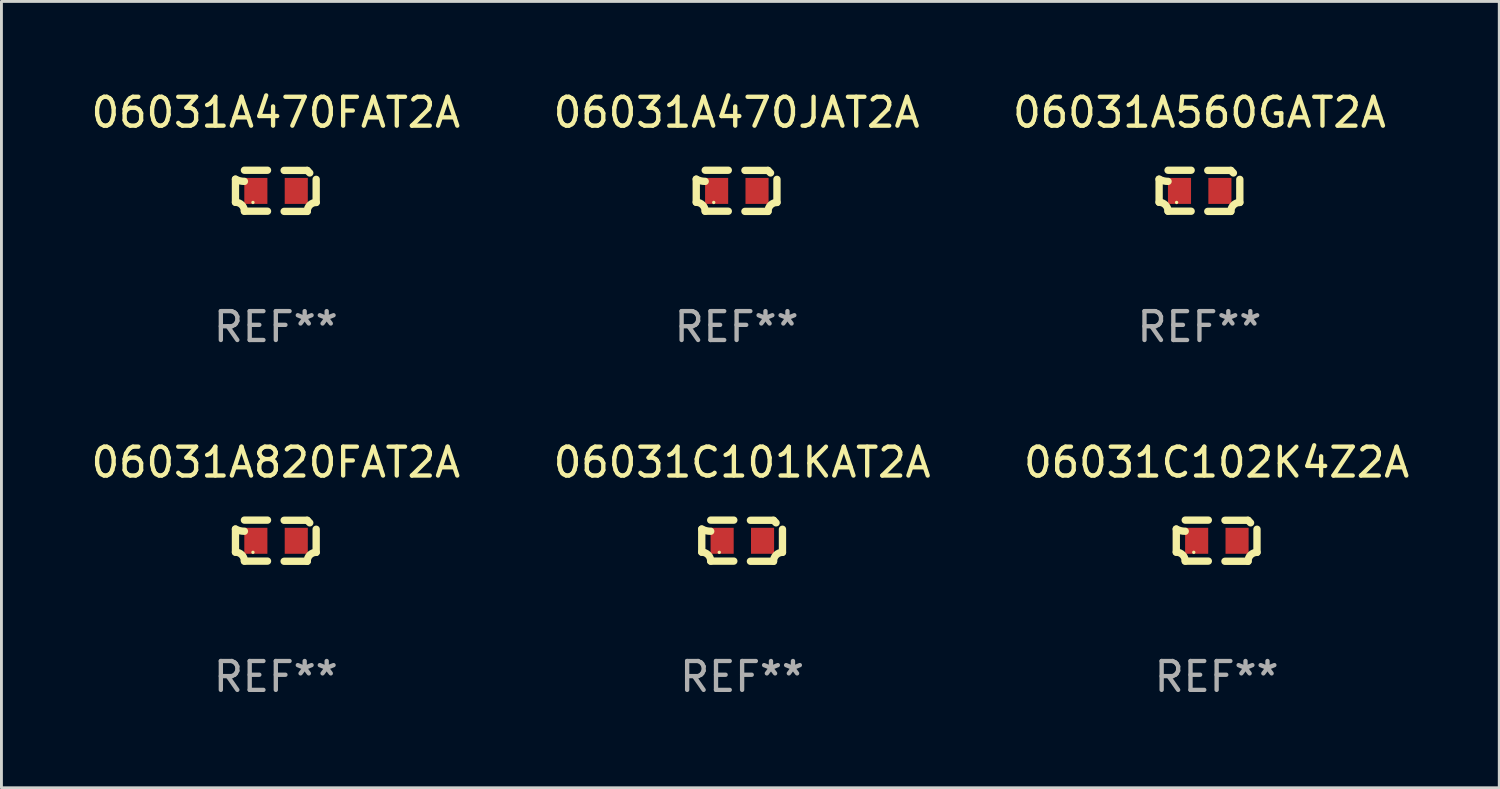
<source format=kicad_pcb>
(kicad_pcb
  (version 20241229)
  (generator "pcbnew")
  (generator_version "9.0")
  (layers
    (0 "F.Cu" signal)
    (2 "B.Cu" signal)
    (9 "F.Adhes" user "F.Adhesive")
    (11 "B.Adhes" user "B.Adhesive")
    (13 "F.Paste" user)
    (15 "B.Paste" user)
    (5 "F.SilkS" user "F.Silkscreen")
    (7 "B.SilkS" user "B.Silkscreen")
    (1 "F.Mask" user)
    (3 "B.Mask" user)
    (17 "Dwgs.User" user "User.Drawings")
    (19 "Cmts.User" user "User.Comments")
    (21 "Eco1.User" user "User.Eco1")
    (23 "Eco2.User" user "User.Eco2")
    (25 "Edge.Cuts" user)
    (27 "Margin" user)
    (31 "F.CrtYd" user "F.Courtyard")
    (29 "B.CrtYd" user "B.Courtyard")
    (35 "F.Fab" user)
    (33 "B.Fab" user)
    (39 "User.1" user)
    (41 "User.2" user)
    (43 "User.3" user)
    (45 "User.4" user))
  (footprint "06031A470FAT2A"
    (layer "F.Cu")
    (at 6.506 3.561)
    (property "Reference" "06031A470FAT2A" (at 0 -2.713 0) (layer "F.SilkS") (effects (font (size 1 1) (thickness 0.15))))
    (attr through_hole)
    (fp_line (start -1.398 -0.403) (end -1.398 0.397) (stroke (width 0.254) (type solid)) (layer "F.SilkS"))
    (fp_line (start -0.288 -0.713) (end -1.088 -0.713) (stroke (width 0.254) (type solid)) (layer "F.SilkS"))
    (fp_line (start -0.288 0.707) (end -1.088 0.707) (stroke (width 0.254) (type solid)) (layer "F.SilkS"))
    (fp_line (start 0.288 -0.707) (end 1.088 -0.707) (stroke (width 0.254) (type solid)) (layer "F.SilkS"))
    (fp_line (start 0.288 0.713) (end 1.088 0.713) (stroke (width 0.254) (type solid)) (layer "F.SilkS"))
    (fp_line (start 1.398 -0.397) (end 1.398 0.403) (stroke (width 0.254) (type solid)) (layer "F.SilkS"))
    (fp_arc (start -1.397789 0.397066) (mid -1.178701 0.487826) (end -1.08796 0.706922) (stroke (width 0.254001) (type solid)) (layer "F.SilkS"))
    (fp_arc (start -1.08796 -0.327176) (mid -1.247436 -0.346384) (end -1.39779 -0.402908) (stroke (width 0.254001) (type solid)) (layer "F.SilkS"))
    (fp_arc (start 1.087909 0.712738) (mid 1.178656 0.493655) (end 1.397739 0.402908) (stroke (width 0.254001) (type solid)) (layer "F.SilkS"))
    (fp_arc (start 1.175925 -0.618926) (mid 1.131917 -0.662923) (end 1.08791 -0.706922) (stroke (width 0.254001) (type solid)) (layer "F.SilkS"))
    (fp_circle (center -0.792 0.403) (end -0.762 0.403) (stroke (width 0.06) (type solid)) (fill no) (layer "F.SilkS"))
    (fp_text user "REF**" (at 0 4.713 0) (layer "F.Fab") (effects (font (size 1 1) (thickness 0.15))))
    (pad "1" smd rect (at -0.692 0.003) (size 0.8 0.9) (layers "F.Cu" "F.Mask" "F.Paste"))
    (pad "2" smd rect (at 0.708 0.003) (size 0.8 0.9) (layers "F.Cu" "F.Mask" "F.Paste")))
  (footprint "06031A470JAT2A"
    (layer "F.Cu")
    (at 22.47 3.561)
    (property "Reference" "06031A470JAT2A" (at 0 -2.713 0) (layer "F.SilkS") (effects (font (size 1 1) (thickness 0.15))))
    (attr through_hole)
    (fp_line (start -1.398 -0.403) (end -1.398 0.397) (stroke (width 0.254) (type solid)) (layer "F.SilkS"))
    (fp_line (start -0.288 -0.713) (end -1.088 -0.713) (stroke (width 0.254) (type solid)) (layer "F.SilkS"))
    (fp_line (start -0.288 0.707) (end -1.088 0.707) (stroke (width 0.254) (type solid)) (layer "F.SilkS"))
    (fp_line (start 0.288 -0.707) (end 1.088 -0.707) (stroke (width 0.254) (type solid)) (layer "F.SilkS"))
    (fp_line (start 0.288 0.713) (end 1.088 0.713) (stroke (width 0.254) (type solid)) (layer "F.SilkS"))
    (fp_line (start 1.398 -0.397) (end 1.398 0.403) (stroke (width 0.254) (type solid)) (layer "F.SilkS"))
    (fp_arc (start -1.397789 0.397066) (mid -1.178701 0.487826) (end -1.08796 0.706922) (stroke (width 0.254001) (type solid)) (layer "F.SilkS"))
    (fp_arc (start -1.08796 -0.327176) (mid -1.247436 -0.346384) (end -1.39779 -0.402908) (stroke (width 0.254001) (type solid)) (layer "F.SilkS"))
    (fp_arc (start 1.087909 0.712738) (mid 1.178656 0.493655) (end 1.397739 0.402908) (stroke (width 0.254001) (type solid)) (layer "F.SilkS"))
    (fp_arc (start 1.175925 -0.618926) (mid 1.131917 -0.662923) (end 1.08791 -0.706922) (stroke (width 0.254001) (type solid)) (layer "F.SilkS"))
    (fp_circle (center -0.792 0.403) (end -0.762 0.403) (stroke (width 0.06) (type solid)) (fill no) (layer "F.SilkS"))
    (fp_text user "REF**" (at 0 4.713 0) (layer "F.Fab") (effects (font (size 1 1) (thickness 0.15))))
    (pad "1" smd rect (at -0.692 0.003) (size 0.8 0.9) (layers "F.Cu" "F.Mask" "F.Paste"))
    (pad "2" smd rect (at 0.708 0.003) (size 0.8 0.9) (layers "F.Cu" "F.Mask" "F.Paste")))
  (footprint "06031A560GAT2A"
    (layer "F.Cu")
    (at 38.506 3.561)
    (property "Reference" "06031A560GAT2A" (at 0 -2.713 0) (layer "F.SilkS") (effects (font (size 1 1) (thickness 0.15))))
    (attr through_hole)
    (fp_line (start -1.398 -0.403) (end -1.398 0.397) (stroke (width 0.254) (type solid)) (layer "F.SilkS"))
    (fp_line (start -0.288 -0.713) (end -1.088 -0.713) (stroke (width 0.254) (type solid)) (layer "F.SilkS"))
    (fp_line (start -0.288 0.707) (end -1.088 0.707) (stroke (width 0.254) (type solid)) (layer "F.SilkS"))
    (fp_line (start 0.288 -0.707) (end 1.088 -0.707) (stroke (width 0.254) (type solid)) (layer "F.SilkS"))
    (fp_line (start 0.288 0.713) (end 1.088 0.713) (stroke (width 0.254) (type solid)) (layer "F.SilkS"))
    (fp_line (start 1.398 -0.397) (end 1.398 0.403) (stroke (width 0.254) (type solid)) (layer "F.SilkS"))
    (fp_arc (start -1.397789 0.397066) (mid -1.178701 0.487826) (end -1.08796 0.706922) (stroke (width 0.254001) (type solid)) (layer "F.SilkS"))
    (fp_arc (start -1.08796 -0.327176) (mid -1.247436 -0.346384) (end -1.39779 -0.402908) (stroke (width 0.254001) (type solid)) (layer "F.SilkS"))
    (fp_arc (start 1.087909 0.712738) (mid 1.178656 0.493655) (end 1.397739 0.402908) (stroke (width 0.254001) (type solid)) (layer "F.SilkS"))
    (fp_arc (start 1.175925 -0.618926) (mid 1.131917 -0.662923) (end 1.08791 -0.706922) (stroke (width 0.254001) (type solid)) (layer "F.SilkS"))
    (fp_circle (center -0.792 0.403) (end -0.762 0.403) (stroke (width 0.06) (type solid)) (fill no) (layer "F.SilkS"))
    (fp_text user "REF**" (at 0 4.713 0) (layer "F.Fab") (effects (font (size 1 1) (thickness 0.15))))
    (pad "1" smd rect (at -0.692 0.003) (size 0.8 0.9) (layers "F.Cu" "F.Mask" "F.Paste"))
    (pad "2" smd rect (at 0.708 0.003) (size 0.8 0.9) (layers "F.Cu" "F.Mask" "F.Paste")))
  (footprint "06031C101KAT2A"
    (layer "F.Cu")
    (at 22.661 15.683)
    (property "Reference" "06031C101KAT2A" (at 0 -2.713 0) (layer "F.SilkS") (effects (font (size 1 1) (thickness 0.15))))
    (attr through_hole)
    (fp_line (start -1.398 -0.403) (end -1.398 0.397) (stroke (width 0.254) (type solid)) (layer "F.SilkS"))
    (fp_line (start -0.288 -0.713) (end -1.088 -0.713) (stroke (width 0.254) (type solid)) (layer "F.SilkS"))
    (fp_line (start -0.288 0.707) (end -1.088 0.707) (stroke (width 0.254) (type solid)) (layer "F.SilkS"))
    (fp_line (start 0.288 -0.707) (end 1.088 -0.707) (stroke (width 0.254) (type solid)) (layer "F.SilkS"))
    (fp_line (start 0.288 0.713) (end 1.088 0.713) (stroke (width 0.254) (type solid)) (layer "F.SilkS"))
    (fp_line (start 1.398 -0.397) (end 1.398 0.403) (stroke (width 0.254) (type solid)) (layer "F.SilkS"))
    (fp_arc (start -1.397789 0.397066) (mid -1.178701 0.487826) (end -1.08796 0.706922) (stroke (width 0.254001) (type solid)) (layer "F.SilkS"))
    (fp_arc (start -1.08796 -0.327176) (mid -1.247436 -0.346384) (end -1.39779 -0.402908) (stroke (width 0.254001) (type solid)) (layer "F.SilkS"))
    (fp_arc (start 1.087909 0.712738) (mid 1.178656 0.493655) (end 1.397739 0.402908) (stroke (width 0.254001) (type solid)) (layer "F.SilkS"))
    (fp_arc (start 1.175925 -0.618926) (mid 1.131917 -0.662923) (end 1.08791 -0.706922) (stroke (width 0.254001) (type solid)) (layer "F.SilkS"))
    (fp_circle (center -0.792 0.403) (end -0.762 0.403) (stroke (width 0.06) (type solid)) (fill no) (layer "F.SilkS"))
    (fp_text user "REF**" (at 0 4.713 0) (layer "F.Fab") (effects (font (size 1 1) (thickness 0.15))))
    (pad "1" smd rect (at -0.692 0.003) (size 0.8 0.9) (layers "F.Cu" "F.Mask" "F.Paste"))
    (pad "2" smd rect (at 0.708 0.003) (size 0.8 0.9) (layers "F.Cu" "F.Mask" "F.Paste")))
  (footprint "06031C102K4Z2A"
    (layer "F.Cu")
    (at 39.101 15.683)
    (property "Reference" "06031C102K4Z2A" (at 0 -2.713 0) (layer "F.SilkS") (effects (font (size 1 1) (thickness 0.15))))
    (attr through_hole)
    (fp_line (start -1.398 -0.403) (end -1.398 0.397) (stroke (width 0.254) (type solid)) (layer "F.SilkS"))
    (fp_line (start -0.288 -0.713) (end -1.088 -0.713) (stroke (width 0.254) (type solid)) (layer "F.SilkS"))
    (fp_line (start -0.288 0.707) (end -1.088 0.707) (stroke (width 0.254) (type solid)) (layer "F.SilkS"))
    (fp_line (start 0.288 -0.707) (end 1.088 -0.707) (stroke (width 0.254) (type solid)) (layer "F.SilkS"))
    (fp_line (start 0.288 0.713) (end 1.088 0.713) (stroke (width 0.254) (type solid)) (layer "F.SilkS"))
    (fp_line (start 1.398 -0.397) (end 1.398 0.403) (stroke (width 0.254) (type solid)) (layer "F.SilkS"))
    (fp_arc (start -1.397789 0.397066) (mid -1.178701 0.487826) (end -1.08796 0.706922) (stroke (width 0.254001) (type solid)) (layer "F.SilkS"))
    (fp_arc (start -1.08796 -0.327176) (mid -1.247436 -0.346384) (end -1.39779 -0.402908) (stroke (width 0.254001) (type solid)) (layer "F.SilkS"))
    (fp_arc (start 1.087909 0.712738) (mid 1.178656 0.493655) (end 1.397739 0.402908) (stroke (width 0.254001) (type solid)) (layer "F.SilkS"))
    (fp_arc (start 1.175925 -0.618926) (mid 1.131917 -0.662923) (end 1.08791 -0.706922) (stroke (width 0.254001) (type solid)) (layer "F.SilkS"))
    (fp_circle (center -0.792 0.403) (end -0.762 0.403) (stroke (width 0.06) (type solid)) (fill no) (layer "F.SilkS"))
    (fp_text user "REF**" (at 0 4.713 0) (layer "F.Fab") (effects (font (size 1 1) (thickness 0.15))))
    (pad "1" smd rect (at -0.692 0.003) (size 0.8 0.9) (layers "F.Cu" "F.Mask" "F.Paste"))
    (pad "2" smd rect (at 0.708 0.003) (size 0.8 0.9) (layers "F.Cu" "F.Mask" "F.Paste")))
  (footprint "06031A820FAT2A"
    (layer "F.Cu")
    (at 6.506 15.683)
    (property "Reference" "06031A820FAT2A" (at 0 -2.713 0) (layer "F.SilkS") (effects (font (size 1 1) (thickness 0.15))))
    (attr through_hole)
    (fp_line (start -1.398 -0.403) (end -1.398 0.397) (stroke (width 0.254) (type solid)) (layer "F.SilkS"))
    (fp_line (start -0.288 -0.713) (end -1.088 -0.713) (stroke (width 0.254) (type solid)) (layer "F.SilkS"))
    (fp_line (start -0.288 0.707) (end -1.088 0.707) (stroke (width 0.254) (type solid)) (layer "F.SilkS"))
    (fp_line (start 0.288 -0.707) (end 1.088 -0.707) (stroke (width 0.254) (type solid)) (layer "F.SilkS"))
    (fp_line (start 0.288 0.713) (end 1.088 0.713) (stroke (width 0.254) (type solid)) (layer "F.SilkS"))
    (fp_line (start 1.398 -0.397) (end 1.398 0.403) (stroke (width 0.254) (type solid)) (layer "F.SilkS"))
    (fp_arc (start -1.397789 0.397066) (mid -1.178701 0.487826) (end -1.08796 0.706922) (stroke (width 0.254001) (type solid)) (layer "F.SilkS"))
    (fp_arc (start -1.08796 -0.327176) (mid -1.247436 -0.346384) (end -1.39779 -0.402908) (stroke (width 0.254001) (type solid)) (layer "F.SilkS"))
    (fp_arc (start 1.087909 0.712738) (mid 1.178656 0.493655) (end 1.397739 0.402908) (stroke (width 0.254001) (type solid)) (layer "F.SilkS"))
    (fp_arc (start 1.175925 -0.618926) (mid 1.131917 -0.662923) (end 1.08791 -0.706922) (stroke (width 0.254001) (type solid)) (layer "F.SilkS"))
    (fp_circle (center -0.792 0.403) (end -0.762 0.403) (stroke (width 0.06) (type solid)) (fill no) (layer "F.SilkS"))
    (fp_text user "REF**" (at 0 4.713 0) (layer "F.Fab") (effects (font (size 1 1) (thickness 0.15))))
    (pad "1" smd rect (at -0.692 0.003) (size 0.8 0.9) (layers "F.Cu" "F.Mask" "F.Paste"))
    (pad "2" smd rect (at 0.708 0.003) (size 0.8 0.9) (layers "F.Cu" "F.Mask" "F.Paste")))
  (gr_rect
    (start -3 -3)
    (end 48.893 24.244)
    (stroke (width 0.1) (type default))
    (fill no)
    (layer "Edge.Cuts")))
</source>
